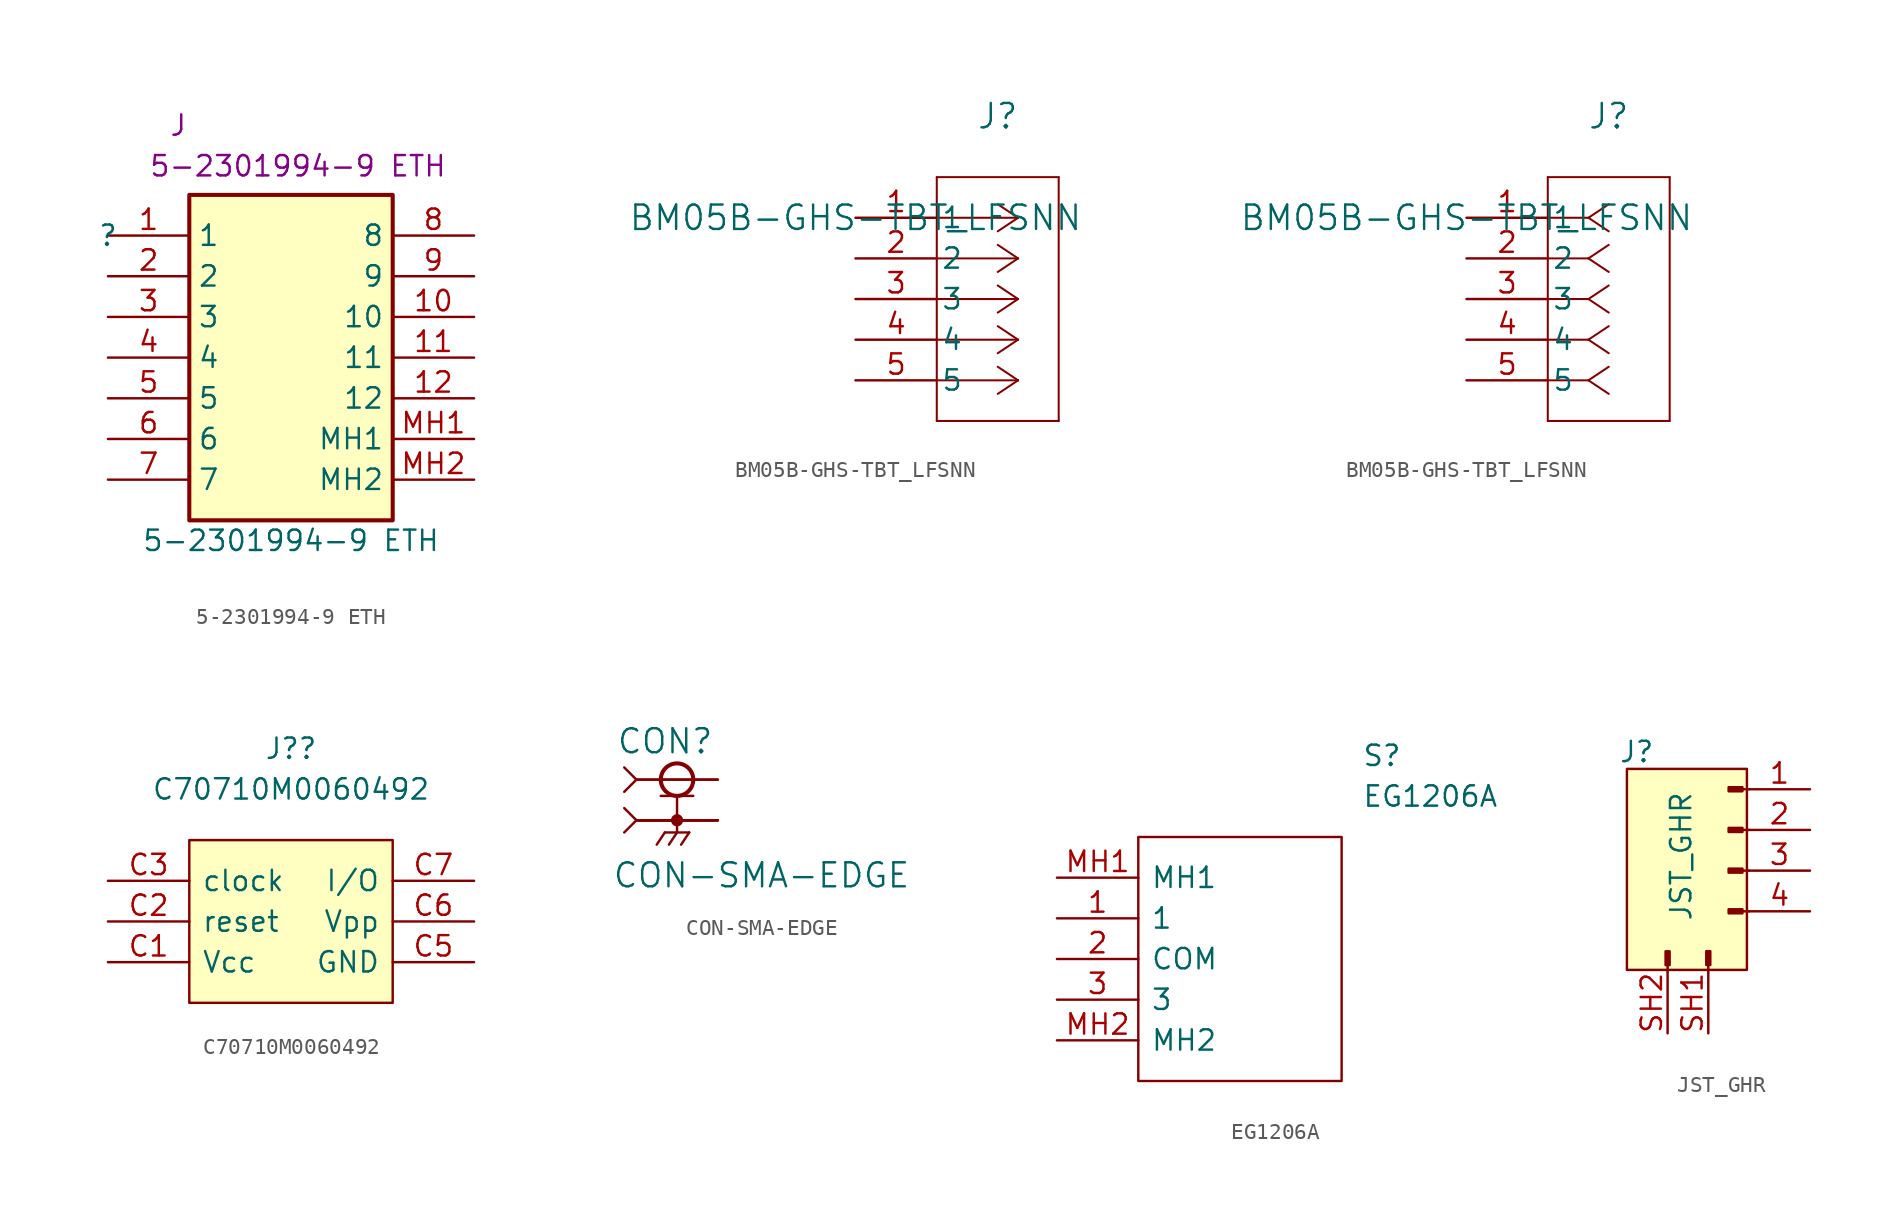
<source format=kicad_sym>
(kicad_symbol_lib
  (version 20211014)
  (generator kicad_symbol_editor)
  (symbol "5-2301994-9 ETH"
    (property "Reference" ""
      (at -11.43 7.62 0)
      (effects (font (size 1.27 1.27))))
    (property "Value" "5-2301994-9 ETH"
      (at 0 -11.43 0)
      (effects (font (size 1.27 1.27))))
    (property "Reference_1" "J"
      (at -7.62 15.24 0)
      (effects (font (size 1.27 1.27)) (justify left top)))
    (property "Value_1" "5-2301994-9 ETH"
      (at -8.89 12.7 0)
      (effects (font (size 1.27 1.27)) (justify left top)))
    (symbol "5-2301994-9 ETH_1_1"
      (rectangle (start -6.35 10.16) (end 6.35 -10.16) (stroke (width 0.254) (type default) (color 0 0 0 0)) (fill (type background)))
      (pin passive line (at -11.43 7.62 0) (length 5.08) (name "1" (effects (font (size 1.27 1.27)))) (number "1" (effects (font (size 1.27 1.27)))))
      (pin passive line (at 11.43 2.54 180) (length 5.08) (name "10" (effects (font (size 1.27 1.27)))) (number "10" (effects (font (size 1.27 1.27)))))
      (pin passive line (at 11.43 0 180) (length 5.08) (name "11" (effects (font (size 1.27 1.27)))) (number "11" (effects (font (size 1.27 1.27)))))
      (pin passive line (at 11.43 -2.54 180) (length 5.08) (name "12" (effects (font (size 1.27 1.27)))) (number "12" (effects (font (size 1.27 1.27)))))
      (pin passive line (at -11.43 5.08 0) (length 5.08) (name "2" (effects (font (size 1.27 1.27)))) (number "2" (effects (font (size 1.27 1.27)))))
      (pin passive line (at -11.43 2.54 0) (length 5.08) (name "3" (effects (font (size 1.27 1.27)))) (number "3" (effects (font (size 1.27 1.27)))))
      (pin passive line (at -11.43 0 0) (length 5.08) (name "4" (effects (font (size 1.27 1.27)))) (number "4" (effects (font (size 1.27 1.27)))))
      (pin passive line (at -11.43 -2.54 0) (length 5.08) (name "5" (effects (font (size 1.27 1.27)))) (number "5" (effects (font (size 1.27 1.27)))))
      (pin passive line (at -11.43 -5.08 0) (length 5.08) (name "6" (effects (font (size 1.27 1.27)))) (number "6" (effects (font (size 1.27 1.27)))))
      (pin passive line (at -11.43 -7.62 0) (length 5.08) (name "7" (effects (font (size 1.27 1.27)))) (number "7" (effects (font (size 1.27 1.27)))))
      (pin passive line (at 11.43 7.62 180) (length 5.08) (name "8" (effects (font (size 1.27 1.27)))) (number "8" (effects (font (size 1.27 1.27)))))
      (pin passive line (at 11.43 5.08 180) (length 5.08) (name "9" (effects (font (size 1.27 1.27)))) (number "9" (effects (font (size 1.27 1.27)))))
      (pin passive line (at 11.43 -5.08 180) (length 5.08) (name "MH1" (effects (font (size 1.27 1.27)))) (number "MH1" (effects (font (size 1.27 1.27)))))
      (pin passive line (at 11.43 -7.62 180) (length 5.08) (name "MH2" (effects (font (size 1.27 1.27)))) (number "MH2" (effects (font (size 1.27 1.27)))))))
  (symbol "BM05B-GHS-TBT_LFSNN"
    (pin_names
      (offset 0.254))
    (property "Reference" "J"
      (at 8.89 6.35 0)
      (effects (font (size 1.524 1.524))))
    (property "Value" "BM05B-GHS-TBT_LFSNN"
      (at 0 0 0)
      (effects (font (size 1.524 1.524))))
    (property "ki_locked" ""
      (at 0 0 0)
      (effects (font (size 1.27 1.27))))
    (symbol "BM05B-GHS-TBT_LFSNN_1_1"
      (polyline (pts (xy 5.08 -12.7) (xy 12.7 -12.7)) (stroke (width 0.127) (type default) (color 0 0 0 0)) (fill (type none)))
      (polyline (pts (xy 5.08 2.54) (xy 5.08 -12.7)) (stroke (width 0.127) (type default) (color 0 0 0 0)) (fill (type none)))
      (polyline (pts (xy 10.16 -10.16) (xy 5.08 -10.16)) (stroke (width 0.127) (type default) (color 0 0 0 0)) (fill (type none)))
      (polyline (pts (xy 10.16 -10.16) (xy 8.89 -11.007)) (stroke (width 0.127) (type default) (color 0 0 0 0)) (fill (type none)))
      (polyline (pts (xy 10.16 -10.16) (xy 8.89 -9.313)) (stroke (width 0.127) (type default) (color 0 0 0 0)) (fill (type none)))
      (polyline (pts (xy 10.16 -7.62) (xy 5.08 -7.62)) (stroke (width 0.127) (type default) (color 0 0 0 0)) (fill (type none)))
      (polyline (pts (xy 10.16 -7.62) (xy 8.89 -8.467)) (stroke (width 0.127) (type default) (color 0 0 0 0)) (fill (type none)))
      (polyline (pts (xy 10.16 -7.62) (xy 8.89 -6.773)) (stroke (width 0.127) (type default) (color 0 0 0 0)) (fill (type none)))
      (polyline (pts (xy 10.16 -5.08) (xy 5.08 -5.08)) (stroke (width 0.127) (type default) (color 0 0 0 0)) (fill (type none)))
      (polyline (pts (xy 10.16 -5.08) (xy 8.89 -5.927)) (stroke (width 0.127) (type default) (color 0 0 0 0)) (fill (type none)))
      (polyline (pts (xy 10.16 -5.08) (xy 8.89 -4.233)) (stroke (width 0.127) (type default) (color 0 0 0 0)) (fill (type none)))
      (polyline (pts (xy 10.16 -2.54) (xy 5.08 -2.54)) (stroke (width 0.127) (type default) (color 0 0 0 0)) (fill (type none)))
      (polyline (pts (xy 10.16 -2.54) (xy 8.89 -3.387)) (stroke (width 0.127) (type default) (color 0 0 0 0)) (fill (type none)))
      (polyline (pts (xy 10.16 -2.54) (xy 8.89 -1.693)) (stroke (width 0.127) (type default) (color 0 0 0 0)) (fill (type none)))
      (polyline (pts (xy 10.16 0) (xy 5.08 0)) (stroke (width 0.127) (type default) (color 0 0 0 0)) (fill (type none)))
      (polyline (pts (xy 10.16 0) (xy 8.89 -0.847)) (stroke (width 0.127) (type default) (color 0 0 0 0)) (fill (type none)))
      (polyline (pts (xy 10.16 0) (xy 8.89 0.847)) (stroke (width 0.127) (type default) (color 0 0 0 0)) (fill (type none)))
      (polyline (pts (xy 12.7 -12.7) (xy 12.7 2.54)) (stroke (width 0.127) (type default) (color 0 0 0 0)) (fill (type none)))
      (polyline (pts (xy 12.7 2.54) (xy 5.08 2.54)) (stroke (width 0.127) (type default) (color 0 0 0 0)) (fill (type none)))
      (pin unspecified line (at 0 0 0) (length 5.08) (name "1" (effects (font (size 1.27 1.27)))) (number "1" (effects (font (size 1.27 1.27)))))
      (pin unspecified line (at 0 -2.54 0) (length 5.08) (name "2" (effects (font (size 1.27 1.27)))) (number "2" (effects (font (size 1.27 1.27)))))
      (pin unspecified line (at 0 -5.08 0) (length 5.08) (name "3" (effects (font (size 1.27 1.27)))) (number "3" (effects (font (size 1.27 1.27)))))
      (pin unspecified line (at 0 -7.62 0) (length 5.08) (name "4" (effects (font (size 1.27 1.27)))) (number "4" (effects (font (size 1.27 1.27)))))
      (pin unspecified line (at 0 -10.16 0) (length 5.08) (name "5" (effects (font (size 1.27 1.27)))) (number "5" (effects (font (size 1.27 1.27))))))
    (symbol "BM05B-GHS-TBT_LFSNN_1_2"
      (polyline (pts (xy 5.08 -12.7) (xy 12.7 -12.7)) (stroke (width 0.127) (type default) (color 0 0 0 0)) (fill (type none)))
      (polyline (pts (xy 5.08 2.54) (xy 5.08 -12.7)) (stroke (width 0.127) (type default) (color 0 0 0 0)) (fill (type none)))
      (polyline (pts (xy 7.62 -10.16) (xy 5.08 -10.16)) (stroke (width 0.127) (type default) (color 0 0 0 0)) (fill (type none)))
      (polyline (pts (xy 7.62 -10.16) (xy 8.89 -11.007)) (stroke (width 0.127) (type default) (color 0 0 0 0)) (fill (type none)))
      (polyline (pts (xy 7.62 -10.16) (xy 8.89 -9.313)) (stroke (width 0.127) (type default) (color 0 0 0 0)) (fill (type none)))
      (polyline (pts (xy 7.62 -7.62) (xy 5.08 -7.62)) (stroke (width 0.127) (type default) (color 0 0 0 0)) (fill (type none)))
      (polyline (pts (xy 7.62 -7.62) (xy 8.89 -8.467)) (stroke (width 0.127) (type default) (color 0 0 0 0)) (fill (type none)))
      (polyline (pts (xy 7.62 -7.62) (xy 8.89 -6.773)) (stroke (width 0.127) (type default) (color 0 0 0 0)) (fill (type none)))
      (polyline (pts (xy 7.62 -5.08) (xy 5.08 -5.08)) (stroke (width 0.127) (type default) (color 0 0 0 0)) (fill (type none)))
      (polyline (pts (xy 7.62 -5.08) (xy 8.89 -5.927)) (stroke (width 0.127) (type default) (color 0 0 0 0)) (fill (type none)))
      (polyline (pts (xy 7.62 -5.08) (xy 8.89 -4.233)) (stroke (width 0.127) (type default) (color 0 0 0 0)) (fill (type none)))
      (polyline (pts (xy 7.62 -2.54) (xy 5.08 -2.54)) (stroke (width 0.127) (type default) (color 0 0 0 0)) (fill (type none)))
      (polyline (pts (xy 7.62 -2.54) (xy 8.89 -3.387)) (stroke (width 0.127) (type default) (color 0 0 0 0)) (fill (type none)))
      (polyline (pts (xy 7.62 -2.54) (xy 8.89 -1.693)) (stroke (width 0.127) (type default) (color 0 0 0 0)) (fill (type none)))
      (polyline (pts (xy 7.62 0) (xy 5.08 0)) (stroke (width 0.127) (type default) (color 0 0 0 0)) (fill (type none)))
      (polyline (pts (xy 7.62 0) (xy 8.89 -0.847)) (stroke (width 0.127) (type default) (color 0 0 0 0)) (fill (type none)))
      (polyline (pts (xy 7.62 0) (xy 8.89 0.847)) (stroke (width 0.127) (type default) (color 0 0 0 0)) (fill (type none)))
      (polyline (pts (xy 12.7 -12.7) (xy 12.7 2.54)) (stroke (width 0.127) (type default) (color 0 0 0 0)) (fill (type none)))
      (polyline (pts (xy 12.7 2.54) (xy 5.08 2.54)) (stroke (width 0.127) (type default) (color 0 0 0 0)) (fill (type none)))
      (pin unspecified line (at 0 0 0) (length 5.08) (name "1" (effects (font (size 1.27 1.27)))) (number "1" (effects (font (size 1.27 1.27)))))
      (pin unspecified line (at 0 -2.54 0) (length 5.08) (name "2" (effects (font (size 1.27 1.27)))) (number "2" (effects (font (size 1.27 1.27)))))
      (pin unspecified line (at 0 -5.08 0) (length 5.08) (name "3" (effects (font (size 1.27 1.27)))) (number "3" (effects (font (size 1.27 1.27)))))
      (pin unspecified line (at 0 -7.62 0) (length 5.08) (name "4" (effects (font (size 1.27 1.27)))) (number "4" (effects (font (size 1.27 1.27)))))
      (pin unspecified line (at 0 -10.16 0) (length 5.08) (name "5" (effects (font (size 1.27 1.27)))) (number "5" (effects (font (size 1.27 1.27)))))))
  (symbol "C70710M0060492"
    (pin_names
      (offset 0.762))
    (property "Reference" "J?"
      (at 11.43 8.255 0)
      (effects (font (size 1.27 1.27))))
    (property "Value" "C70710M0060492"
      (at 11.43 5.715 0)
      (effects (font (size 1.27 1.27))))
    (symbol "C70710M0060492_0_0"
      (pin passive line (at 0 -5.08 0) (length 5.08) (name "Vcc" (effects (font (size 1.27 1.27)))) (number "C1" (effects (font (size 1.27 1.27)))))
      (pin passive line (at 0 -2.54 0) (length 5.08) (name "reset" (effects (font (size 1.27 1.27)))) (number "C2" (effects (font (size 1.27 1.27)))))
      (pin passive line (at 0 0 0) (length 5.08) (name "clock" (effects (font (size 1.27 1.27)))) (number "C3" (effects (font (size 1.27 1.27)))))
      (pin passive line (at 22.86 -5.08 180) (length 5.08) (name "GND" (effects (font (size 1.27 1.27)))) (number "C5" (effects (font (size 1.27 1.27)))))
      (pin passive line (at 22.86 -2.54 180) (length 5.08) (name "Vpp" (effects (font (size 1.27 1.27)))) (number "C6" (effects (font (size 1.27 1.27)))))
      (pin passive line (at 22.86 0 180) (length 5.08) (name "I/O" (effects (font (size 1.27 1.27)))) (number "C7" (effects (font (size 1.27 1.27))))))
    (symbol "C70710M0060492_0_1"
      (polyline (pts (xy 5.08 2.54) (xy 17.78 2.54) (xy 17.78 -7.62) (xy 5.08 -7.62) (xy 5.08 2.54)) (stroke (width 0.152) (type default) (color 0 0 0 0)) (fill (type background)))))
  (symbol "CON-SMA-EDGE"
    (pin_names
      (offset 1.016))
    (property "Reference" "CON"
      (at -3.81 4.064 0)
      (effects (font (size 1.499 1.499)) (justify left bottom)))
    (property "Value" "CON-SMA-EDGE"
      (at -4.064 -4.318 0)
      (effects (font (size 1.499 1.499)) (justify left bottom)))
    (property "ki_locked" ""
      (at 0 0 0)
      (effects (font (size 1.27 1.27))))
    (symbol "CON-SMA-EDGE_1_0"
      (polyline (pts (xy -3.302 -0.762) (xy -2.54 0)) (stroke (width 0) (type default) (color 0 0 0 0)) (fill (type none)))
      (polyline (pts (xy -3.302 0.762) (xy -2.54 0)) (stroke (width 0) (type default) (color 0 0 0 0)) (fill (type none)))
      (polyline (pts (xy -3.302 1.778) (xy -2.54 2.54)) (stroke (width 0) (type default) (color 0 0 0 0)) (fill (type none)))
      (polyline (pts (xy -3.302 3.302) (xy -2.54 2.54)) (stroke (width 0) (type default) (color 0 0 0 0)) (fill (type none)))
      (polyline (pts (xy -2.54 0) (xy 0 0)) (stroke (width 0) (type default) (color 0 0 0 0)) (fill (type none)))
      (polyline (pts (xy -2.54 2.54) (xy 2.54 2.54)) (stroke (width 0) (type default) (color 0 0 0 0)) (fill (type none)))
      (polyline (pts (xy -1.016 1.524) (xy 0 1.524)) (stroke (width 0) (type default) (color 0 0 0 0)) (fill (type none)))
      (polyline (pts (xy -0.762 -0.762) (xy -1.27 -1.524)) (stroke (width 0) (type default) (color 0 0 0 0)) (fill (type none)))
      (polyline (pts (xy 0 -0.762) (xy -0.762 -0.762)) (stroke (width 0) (type default) (color 0 0 0 0)) (fill (type none)))
      (polyline (pts (xy 0 -0.762) (xy -0.508 -1.524)) (stroke (width 0) (type default) (color 0 0 0 0)) (fill (type none)))
      (polyline (pts (xy 0 -0.762) (xy 0.762 -0.762)) (stroke (width 0) (type default) (color 0 0 0 0)) (fill (type none)))
      (polyline (pts (xy 0 0) (xy -2.286 0)) (stroke (width 0) (type default) (color 0 0 0 0)) (fill (type none)))
      (polyline (pts (xy 0 0) (xy 0 -0.762)) (stroke (width 0) (type default) (color 0 0 0 0)) (fill (type none)))
      (polyline (pts (xy 0 1.524) (xy 0 0)) (stroke (width 0) (type default) (color 0 0 0 0)) (fill (type none)))
      (polyline (pts (xy 0 1.524) (xy 1.016 1.524)) (stroke (width 0) (type default) (color 0 0 0 0)) (fill (type none)))
      (polyline (pts (xy 0.762 -0.762) (xy 0.254 -1.524)) (stroke (width 0) (type default) (color 0 0 0 0)) (fill (type none)))
      (polyline (pts (xy 2.54 0) (xy 0 0)) (stroke (width 0) (type default) (color 0 0 0 0)) (fill (type none)))
      (circle (center 0 0) (radius 0.254) (stroke (width 0.254) (type default) (color 0 0 0 0)) (fill (type none)))
      (circle (center 0 2.54) (radius 1.016) (stroke (width 0.254) (type default) (color 0 0 0 0)) (fill (type none)))
      (pin passive line (at 2.54 2.54 180) (length 5.08) (name "1" (effects (font (size 0 0)))) (number "1" (effects (font (size 0 0)))))
      (pin passive line (at 2.54 0 180) (length 5.08) (name "2" (effects (font (size 0 0)))) (number "S1" (effects (font (size 0 0)))))
      (pin passive line (at 2.54 0 180) (length 5.08) (name "2" (effects (font (size 0 0)))) (number "S2" (effects (font (size 0 0)))))
      (pin passive line (at 2.54 0 180) (length 5.08) (name "2" (effects (font (size 0 0)))) (number "S3" (effects (font (size 0 0)))))
      (pin passive line (at 2.54 0 180) (length 5.08) (name "2" (effects (font (size 0 0)))) (number "S4" (effects (font (size 0 0)))))))
  (symbol "EG1206A"
    (pin_names
      (offset 0.762))
    (property "Reference" "S"
      (at 19.05 7.62 0)
      (effects (font (size 1.27 1.27)) (justify left)))
    (property "Value" "EG1206A"
      (at 19.05 5.08 0)
      (effects (font (size 1.27 1.27)) (justify left)))
    (symbol "EG1206A_0_0"
      (pin passive line (at 0 -2.54 0) (length 5.08) (name "1" (effects (font (size 1.27 1.27)))) (number "1" (effects (font (size 1.27 1.27)))))
      (pin passive line (at 0 -5.08 0) (length 5.08) (name "COM" (effects (font (size 1.27 1.27)))) (number "2" (effects (font (size 1.27 1.27)))))
      (pin passive line (at 0 -7.62 0) (length 5.08) (name "3" (effects (font (size 1.27 1.27)))) (number "3" (effects (font (size 1.27 1.27)))))
      (pin passive line (at 0 0 0) (length 5.08) (name "MH1" (effects (font (size 1.27 1.27)))) (number "MH1" (effects (font (size 1.27 1.27)))))
      (pin passive line (at 0 -10.16 0) (length 5.08) (name "MH2" (effects (font (size 1.27 1.27)))) (number "MH2" (effects (font (size 1.27 1.27))))))
    (symbol "EG1206A_0_1"
      (polyline (pts (xy 5.08 2.54) (xy 17.78 2.54) (xy 17.78 -12.7) (xy 5.08 -12.7) (xy 5.08 2.54)) (stroke (width 0.152) (type default) (color 0 0 0 0)) (fill (type none)))))
  (symbol "JST_GHR"
    (pin_names
      (offset 1.016) hide)
    (property "Reference" "J"
      (at -5.74 8.687 0)
      (effects (font (size 1.27 1.27))))
    (property "Value" "JST_GHR"
      (at -2.972 2.159 90)
      (effects (font (size 1.27 1.27))))
    (symbol "JST_GHR_0_1"
      (rectangle (start -6.35 7.62) (end 1.143 -4.928) (stroke (width 0) (type default) (color 0 0 0 0)) (fill (type background))))
    (symbol "JST_GHR_1_1"
      (rectangle (start -3.682 -4.63) (end -3.936 -3.767) (stroke (width 0.152) (type default) (color 0 0 0 0)) (fill (type outline)))
      (rectangle (start -1.143 -4.623) (end -1.397 -3.759) (stroke (width 0.152) (type default) (color 0 0 0 0)) (fill (type outline)))
      (polyline (pts (xy -3.809 -5.037) (xy -3.809 -4.63)) (stroke (width 0.152) (type default) (color 0 0 0 0)) (fill (type none)))
      (polyline (pts (xy -1.27 -5.029) (xy -1.27 -4.623)) (stroke (width 0.152) (type default) (color 0 0 0 0)) (fill (type none)))
      (polyline (pts (xy 1.27 -1.27) (xy 0.864 -1.27)) (stroke (width 0.152) (type default) (color 0 0 0 0)) (fill (type none)))
      (polyline (pts (xy 1.27 1.27) (xy 0.864 1.27)) (stroke (width 0.152) (type default) (color 0 0 0 0)) (fill (type none)))
      (polyline (pts (xy 1.27 3.81) (xy 0.864 3.81)) (stroke (width 0.152) (type default) (color 0 0 0 0)) (fill (type none)))
      (polyline (pts (xy 1.27 6.35) (xy 0.864 6.35)) (stroke (width 0.152) (type default) (color 0 0 0 0)) (fill (type none)))
      (rectangle (start 0.864 -1.143) (end 0 -1.397) (stroke (width 0.152) (type default) (color 0 0 0 0)) (fill (type outline)))
      (rectangle (start 0.864 1.397) (end 0 1.143) (stroke (width 0.152) (type default) (color 0 0 0 0)) (fill (type outline)))
      (rectangle (start 0.864 3.937) (end 0 3.683) (stroke (width 0.152) (type default) (color 0 0 0 0)) (fill (type outline)))
      (rectangle (start 0.864 6.477) (end 0 6.223) (stroke (width 0.152) (type default) (color 0 0 0 0)) (fill (type outline)))
      (pin passive line (at 5.08 6.35 180) (length 3.81) (name "Pin_1" (effects (font (size 1.27 1.27)))) (number "1" (effects (font (size 1.27 1.27)))))
      (pin passive line (at 5.08 3.81 180) (length 3.81) (name "Pin_2" (effects (font (size 1.27 1.27)))) (number "2" (effects (font (size 1.27 1.27)))))
      (pin passive line (at 5.08 1.27 180) (length 3.81) (name "Pin_3" (effects (font (size 1.27 1.27)))) (number "3" (effects (font (size 1.27 1.27)))))
      (pin passive line (at 5.08 -1.27 180) (length 3.81) (name "Pin_4" (effects (font (size 1.27 1.27)))) (number "4" (effects (font (size 1.27 1.27)))))
      (pin passive line (at -1.27 -8.89 90) (length 3.81) (name "~" (effects (font (size 1.27 1.27)))) (number "SH1" (effects (font (size 1.27 1.27)))))
      (pin passive line (at -3.81 -8.89 90) (length 3.81) (name "~" (effects (font (size 1.27 1.27)))) (number "SH2" (effects (font (size 1.27 1.27))))))))
</source>
